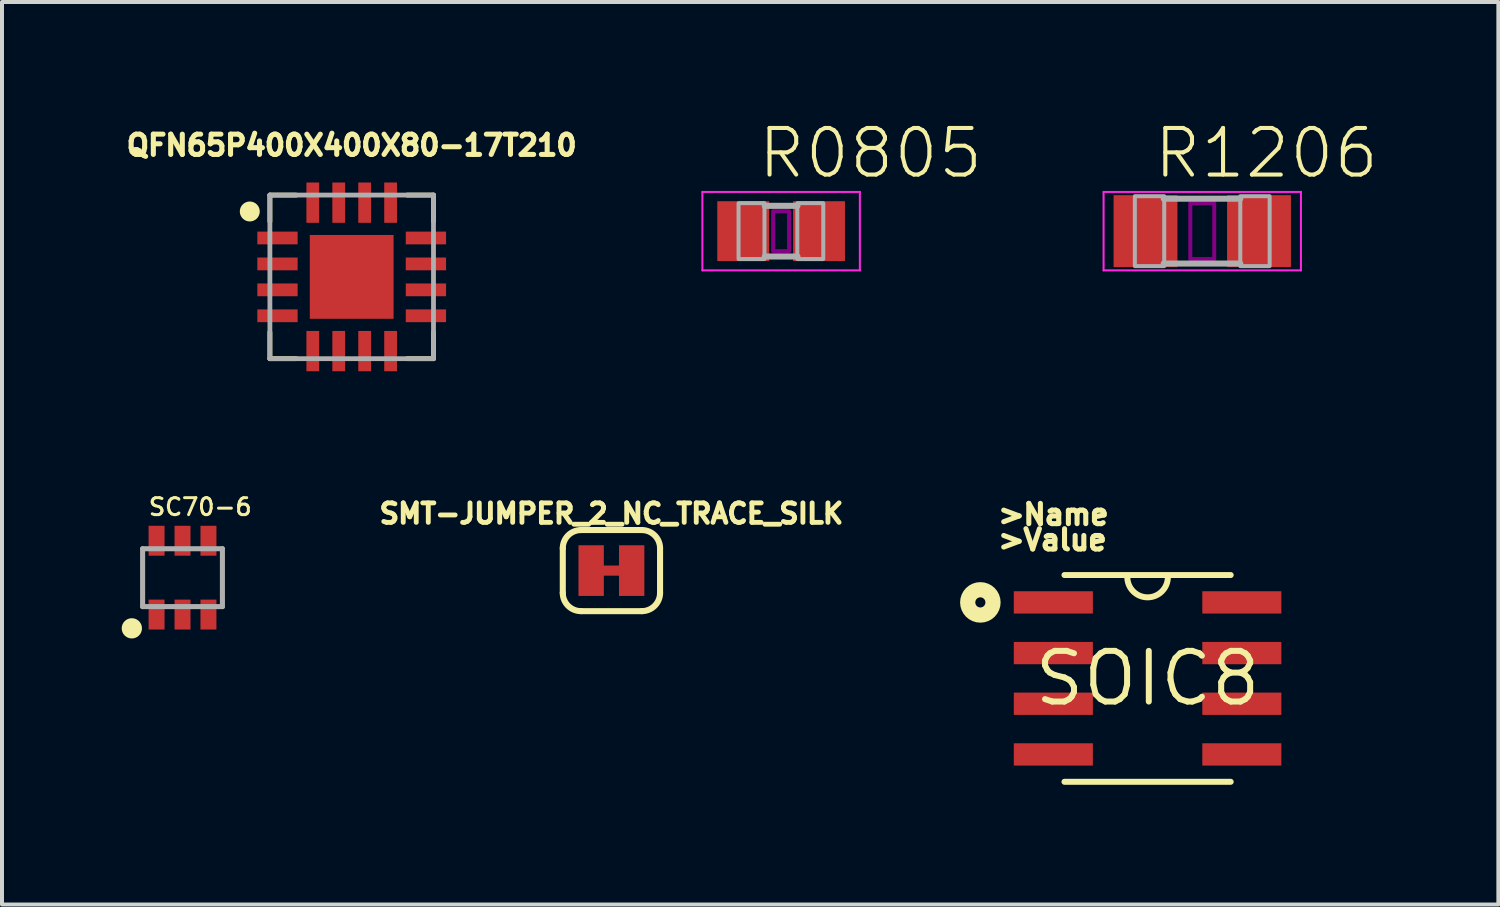
<source format=kicad_pcb>
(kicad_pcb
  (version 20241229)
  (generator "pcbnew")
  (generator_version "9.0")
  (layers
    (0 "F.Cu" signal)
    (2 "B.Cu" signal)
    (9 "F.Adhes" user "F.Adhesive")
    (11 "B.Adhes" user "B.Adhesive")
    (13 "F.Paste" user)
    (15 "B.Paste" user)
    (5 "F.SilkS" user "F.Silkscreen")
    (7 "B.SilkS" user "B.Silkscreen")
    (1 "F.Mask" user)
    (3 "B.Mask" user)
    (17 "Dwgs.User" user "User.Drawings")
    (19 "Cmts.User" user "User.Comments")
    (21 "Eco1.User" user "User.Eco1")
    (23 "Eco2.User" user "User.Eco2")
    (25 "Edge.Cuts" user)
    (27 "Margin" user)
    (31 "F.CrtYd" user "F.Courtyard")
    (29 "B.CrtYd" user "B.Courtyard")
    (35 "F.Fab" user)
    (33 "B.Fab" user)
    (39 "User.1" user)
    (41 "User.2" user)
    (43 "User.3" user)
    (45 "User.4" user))
  (footprint "R1206"
    (layer "F.Cu")
    (at 27.08 2.743)
    (property "Reference" "R1206" (at -1.27 -1.27 0) (layer "F.SilkS") (effects (font (size 1.168 1.168) (thickness 0.102)) (justify left bottom)))
    (fp_poly (pts (xy -0.3 0.7) (xy 0.3 0.7) (xy 0.3 -0.7) (xy -0.3 -0.7)) (stroke (width 0.1) (type solid)) (fill no) (layer "F.Adhes"))
    (fp_line (start -2.473 -0.983) (end 2.473 -0.983) (stroke (width 0.051) (type solid)) (layer "F.CrtYd"))
    (fp_line (start -2.473 0.983) (end -2.473 -0.983) (stroke (width 0.051) (type solid)) (layer "F.CrtYd"))
    (fp_line (start 2.473 -0.983) (end 2.473 0.983) (stroke (width 0.051) (type solid)) (layer "F.CrtYd"))
    (fp_line (start 2.473 0.983) (end -2.473 0.983) (stroke (width 0.051) (type solid)) (layer "F.CrtYd"))
    (fp_line (start 0.953 -0.813) (end -0.965 -0.813) (stroke (width 0.152) (type solid)) (layer "F.Fab"))
    (fp_line (start 0.953 0.813) (end -0.965 0.813) (stroke (width 0.152) (type solid)) (layer "F.Fab"))
    (fp_poly (pts (xy -1.689 0.876) (xy -0.953 0.876) (xy -0.953 -0.876) (xy -1.689 -0.876)) (stroke (width 0.1) (type solid)) (fill no) (layer "F.Fab"))
    (fp_poly (pts (xy 0.953 0.876) (xy 1.689 0.876) (xy 1.689 -0.876) (xy 0.953 -0.876)) (stroke (width 0.1) (type solid)) (fill no) (layer "F.Fab"))
    (pad "1" smd rect (at -1.422 0) (size 1.6 1.803) (layers "F.Cu" "F.Mask" "F.Paste"))
    (pad "2" smd rect (at 1.422 0) (size 1.6 1.803) (layers "F.Cu" "F.Mask" "F.Paste")))
  (footprint "SMT-JUMPER_2_NC_TRACE_SILK"
    (layer "F.Cu")
    (at 12.273 11.25)
    (property "Reference" "SMT-JUMPER_2_NC_TRACE_SILK" (at 0 -1.143 0) (layer "F.SilkS") (effects (font (size 0.488 0.488) (thickness 0.122)) (justify bottom)))
    (fp_line (start -0.508 0) (end 0.508 0) (stroke (width 0.254) (type solid)) (layer "F.Cu"))
    (fp_poly (pts (xy 0.254 0.191) (xy -0.254 0.191) (xy -0.254 -0.191) (xy 0.254 -0.191)) (stroke (width 0.1) (type solid)) (fill no) (layer "F.Mask"))
    (fp_line (start -1.219 0.559) (end -1.219 -0.559) (stroke (width 0.152) (type solid)) (layer "F.SilkS"))
    (fp_line (start -0.762 -1.016) (end 0.762 -1.016) (stroke (width 0.152) (type solid)) (layer "F.SilkS"))
    (fp_line (start 0.762 1.016) (end -0.762 1.016) (stroke (width 0.152) (type solid)) (layer "F.SilkS"))
    (fp_line (start 1.219 0.559) (end 1.219 -0.559) (stroke (width 0.152) (type solid)) (layer "F.SilkS"))
    (fp_arc (start -1.2192 -0.5588) (mid -1.085289 -0.882089) (end -0.762 -1.016) (stroke (width 0.1524) (type solid)) (layer "F.SilkS"))
    (fp_arc (start -0.762 1.016) (mid -1.085289 0.882089) (end -1.2192 0.5588) (stroke (width 0.1524) (type solid)) (layer "F.SilkS"))
    (fp_arc (start 0.762 -1.016) (mid 1.085289 -0.882089) (end 1.2192 -0.5588) (stroke (width 0.1524) (type solid)) (layer "F.SilkS"))
    (fp_arc (start 1.2192 0.5588) (mid 1.085289 0.882089) (end 0.762 1.016) (stroke (width 0.1524) (type solid)) (layer "F.SilkS"))
    (pad "1" smd rect (at -0.508 0) (size 0.635 1.27) (layers "F.Cu" "F.Mask"))
    (pad "2" smd rect (at 0.508 0) (size 0.635 1.27) (layers "F.Cu" "F.Mask")))
  (footprint "QFN65P400X400X80-17T210"
    (layer "F.Cu")
    (at 5.764 3.889)
    (property "Reference" "QFN65P400X400X80-17T210" (at 0 -3 0) (layer "F.SilkS") (effects (font (size 0.508 0.508) (thickness 0.127)) (justify bottom)))
    (fp_line (start -2.05 -2.05) (end -1.389 -2.05) (stroke (width 0.12) (type solid)) (layer "F.SilkS"))
    (fp_line (start -2.05 -1.389) (end -2.05 -2.05) (stroke (width 0.12) (type solid)) (layer "F.SilkS"))
    (fp_line (start -2.05 1.389) (end -2.05 2.05) (stroke (width 0.12) (type solid)) (layer "F.SilkS"))
    (fp_line (start -2.05 2.05) (end -1.389 2.05) (stroke (width 0.12) (type solid)) (layer "F.SilkS"))
    (fp_line (start 2.05 -2.05) (end 1.389 -2.05) (stroke (width 0.12) (type solid)) (layer "F.SilkS"))
    (fp_line (start 2.05 -1.389) (end 2.05 -2.05) (stroke (width 0.12) (type solid)) (layer "F.SilkS"))
    (fp_line (start 2.05 1.389) (end 2.05 2.05) (stroke (width 0.12) (type solid)) (layer "F.SilkS"))
    (fp_line (start 2.05 2.05) (end 1.389 2.05) (stroke (width 0.12) (type solid)) (layer "F.SilkS"))
    (fp_circle (center -2.554 -1.639) (end -2.429 -1.639) (stroke (width 0.25) (type solid)) (fill no) (layer "F.SilkS"))
    (fp_poly (pts (xy -0.9 -0.2) (xy -0.2 -0.2) (xy -0.2 -0.9) (xy -0.9 -0.9)) (stroke (width 0.1) (type solid)) (fill no) (layer "F.Paste"))
    (fp_poly (pts (xy -0.9 0.9) (xy -0.2 0.9) (xy -0.2 0.2) (xy -0.9 0.2)) (stroke (width 0.1) (type solid)) (fill no) (layer "F.Paste"))
    (fp_poly (pts (xy 0.2 -0.2) (xy 0.9 -0.2) (xy 0.9 -0.9) (xy 0.2 -0.9)) (stroke (width 0.1) (type solid)) (fill no) (layer "F.Paste"))
    (fp_poly (pts (xy 0.2 0.9) (xy 0.9 0.9) (xy 0.9 0.2) (xy 0.2 0.2)) (stroke (width 0.1) (type solid)) (fill no) (layer "F.Paste"))
    (fp_line (start -2.05 -2.05) (end 2.05 -2.05) (stroke (width 0.12) (type solid)) (layer "F.Fab"))
    (fp_line (start -2.05 2.05) (end -2.05 -2.05) (stroke (width 0.12) (type solid)) (layer "F.Fab"))
    (fp_line (start 2.05 -2.05) (end 2.05 2.05) (stroke (width 0.12) (type solid)) (layer "F.Fab"))
    (fp_line (start 2.05 2.05) (end -2.05 2.05) (stroke (width 0.12) (type solid)) (layer "F.Fab"))
    (pad "1" smd rect (at -1.86 -0.975) (size 1.01 0.32) (layers "F.Cu" "F.Mask" "F.Paste"))
    (pad "2" smd rect (at -1.86 -0.325) (size 1.01 0.32) (layers "F.Cu" "F.Mask" "F.Paste"))
    (pad "3" smd rect (at -1.86 0.325) (size 1.01 0.32) (layers "F.Cu" "F.Mask" "F.Paste"))
    (pad "4" smd rect (at -1.86 0.975) (size 1.01 0.32) (layers "F.Cu" "F.Mask" "F.Paste"))
    (pad "5" smd rect (at -0.975 1.86 90) (size 1.01 0.32) (layers "F.Cu" "F.Mask" "F.Paste"))
    (pad "6" smd rect (at -0.325 1.86 90) (size 1.01 0.32) (layers "F.Cu" "F.Mask" "F.Paste"))
    (pad "7" smd rect (at 0.325 1.86 90) (size 1.01 0.32) (layers "F.Cu" "F.Mask" "F.Paste"))
    (pad "8" smd rect (at 0.975 1.86 90) (size 1.01 0.32) (layers "F.Cu" "F.Mask" "F.Paste"))
    (pad "9" smd rect (at 1.86 0.975) (size 1.01 0.32) (layers "F.Cu" "F.Mask" "F.Paste"))
    (pad "10" smd rect (at 1.86 0.325) (size 1.01 0.32) (layers "F.Cu" "F.Mask" "F.Paste"))
    (pad "11" smd rect (at 1.86 -0.325) (size 1.01 0.32) (layers "F.Cu" "F.Mask" "F.Paste"))
    (pad "12" smd rect (at 1.86 -0.975) (size 1.01 0.32) (layers "F.Cu" "F.Mask" "F.Paste"))
    (pad "13" smd rect (at 0.975 -1.86 90) (size 1.01 0.32) (layers "F.Cu" "F.Mask" "F.Paste"))
    (pad "14" smd rect (at 0.325 -1.86 90) (size 1.01 0.32) (layers "F.Cu" "F.Mask" "F.Paste"))
    (pad "15" smd rect (at -0.325 -1.86 90) (size 1.01 0.32) (layers "F.Cu" "F.Mask" "F.Paste"))
    (pad "16" smd rect (at -0.975 -1.86 90) (size 1.01 0.32) (layers "F.Cu" "F.Mask" "F.Paste"))
    (pad "EPAD" smd rect (at 0 0) (size 2.1 2.1) (layers "F.Cu" "F.Mask")))
  (footprint "R0805"
    (layer "F.Cu")
    (at 16.526 2.743)
    (property "Reference" "R0805" (at -0.635 -1.27 0) (layer "F.SilkS") (effects (font (size 1.168 1.168) (thickness 0.102)) (justify left bottom)))
    (fp_poly (pts (xy -0.2 0.5) (xy 0.2 0.5) (xy 0.2 -0.5) (xy -0.2 -0.5)) (stroke (width 0.1) (type solid)) (fill no) (layer "F.Adhes"))
    (fp_line (start -1.973 -0.983) (end 1.973 -0.983) (stroke (width 0.051) (type solid)) (layer "F.CrtYd"))
    (fp_line (start -1.973 0.983) (end -1.973 -0.983) (stroke (width 0.051) (type solid)) (layer "F.CrtYd"))
    (fp_line (start 1.973 -0.983) (end 1.973 0.983) (stroke (width 0.051) (type solid)) (layer "F.CrtYd"))
    (fp_line (start 1.973 0.983) (end -1.973 0.983) (stroke (width 0.051) (type solid)) (layer "F.CrtYd"))
    (fp_line (start -0.41 -0.635) (end 0.41 -0.635) (stroke (width 0.152) (type solid)) (layer "F.Fab"))
    (fp_line (start -0.41 0.635) (end 0.41 0.635) (stroke (width 0.152) (type solid)) (layer "F.Fab"))
    (fp_poly (pts (xy -1.067 0.699) (xy -0.417 0.699) (xy -0.417 -0.702) (xy -1.067 -0.702)) (stroke (width 0.1) (type solid)) (fill no) (layer "F.Fab"))
    (fp_poly (pts (xy 0.406 0.699) (xy 1.056 0.699) (xy 1.056 -0.702) (xy 0.406 -0.702)) (stroke (width 0.1) (type solid)) (fill no) (layer "F.Fab"))
    (pad "1" smd rect (at -0.95 0) (size 1.3 1.5) (layers "F.Cu" "F.Mask" "F.Paste"))
    (pad "2" smd rect (at 0.95 0) (size 1.3 1.5) (layers "F.Cu" "F.Mask" "F.Paste")))
  (footprint "SOIC8"
    (layer "F.Cu")
    (at 25.71 13.952)
    (property "Reference" "SOIC8" (at 0 0 0) (layer "F.SilkS") (effects (font (size 1.27 1.27) (thickness 0.15))))
    (fp_line (start -2.083 2.591) (end 2.083 2.591) (stroke (width 0.15) (type solid)) (layer "F.SilkS"))
    (fp_line (start 2.083 -2.591) (end -2.083 -2.591) (stroke (width 0.15) (type solid)) (layer "F.SilkS"))
    (fp_arc (start 0.508 -2.54) (mid 0 -2.032) (end -0.508 -2.54) (stroke (width 0.15) (type solid)) (layer "F.SilkS"))
    (fp_circle (center -4.191 -1.905) (end -4.064 -1.905) (stroke (width 0.381) (type solid)) (fill no) (layer "F.SilkS"))
    (fp_text user ">Value" (at -3.81 -3.175 0) (layer "F.SilkS") (effects (font (size 0.508 0.508) (thickness 0.127)) (justify left bottom)))
    (fp_text user ">Name" (at -3.81 -3.81 0) (layer "F.SilkS") (effects (font (size 0.508 0.508) (thickness 0.127)) (justify left bottom)))
    (pad "1" smd rect (at -2.362 -1.905) (size 1.981 0.559) (layers "F.Cu" "F.Mask" "F.Paste"))
    (pad "2" smd rect (at -2.362 -0.635) (size 1.981 0.559) (layers "F.Cu" "F.Mask" "F.Paste"))
    (pad "3" smd rect (at -2.362 0.635) (size 1.981 0.559) (layers "F.Cu" "F.Mask" "F.Paste"))
    (pad "4" smd rect (at -2.362 1.905) (size 1.981 0.559) (layers "F.Cu" "F.Mask" "F.Paste"))
    (pad "5" smd rect (at 2.362 1.905) (size 1.981 0.559) (layers "F.Cu" "F.Mask" "F.Paste"))
    (pad "6" smd rect (at 2.362 0.635) (size 1.981 0.559) (layers "F.Cu" "F.Mask" "F.Paste"))
    (pad "7" smd rect (at 2.362 -0.635) (size 1.981 0.559) (layers "F.Cu" "F.Mask" "F.Paste"))
    (pad "8" smd rect (at 2.362 -1.905) (size 1.981 0.559) (layers "F.Cu" "F.Mask" "F.Paste")))
  (footprint "SC70-6"
    (layer "F.Cu")
    (at 1.524 11.427)
    (property "Reference" "SC70-6" (at -0.889 -1.524 0) (layer "F.SilkS") (effects (font (size 0.425 0.425) (thickness 0.075)) (justify left bottom)))
    (fp_circle (center -1.27 1.27) (end -1.143 1.27) (stroke (width 0.254) (type solid)) (fill no) (layer "F.SilkS"))
    (fp_poly (pts (xy -0.85 -0.55) (xy -0.45 -0.55) (xy -0.45 -1.3) (xy -0.85 -1.3)) (stroke (width 0.1) (type solid)) (fill no) (layer "F.Paste"))
    (fp_poly (pts (xy -0.85 1.3) (xy -0.45 1.3) (xy -0.45 0.55) (xy -0.85 0.55)) (stroke (width 0.1) (type solid)) (fill no) (layer "F.Paste"))
    (fp_poly (pts (xy -0.85 1.3) (xy -0.45 1.3) (xy -0.45 0.55) (xy -0.85 0.55)) (stroke (width 0.1) (type solid)) (fill no) (layer "F.Paste"))
    (fp_poly (pts (xy -0.85 1.3) (xy -0.45 1.3) (xy -0.45 0.55) (xy -0.85 0.55)) (stroke (width 0.1) (type solid)) (fill no) (layer "F.Paste"))
    (fp_poly (pts (xy -0.201 1.3) (xy 0.199 1.3) (xy 0.199 0.55) (xy -0.201 0.55)) (stroke (width 0.1) (type solid)) (fill no) (layer "F.Paste"))
    (fp_poly (pts (xy -0.2 -0.55) (xy 0.2 -0.55) (xy 0.2 -1.3) (xy -0.2 -1.3)) (stroke (width 0.1) (type solid)) (fill no) (layer "F.Paste"))
    (fp_poly (pts (xy 0.45 -0.55) (xy 0.85 -0.55) (xy 0.85 -1.3) (xy 0.45 -1.3)) (stroke (width 0.1) (type solid)) (fill no) (layer "F.Paste"))
    (fp_poly (pts (xy 0.45 1.3) (xy 0.85 1.3) (xy 0.85 0.55) (xy 0.45 0.55)) (stroke (width 0.1) (type solid)) (fill no) (layer "F.Paste"))
    (fp_line (start -1 -0.725) (end 1 -0.725) (stroke (width 0.127) (type solid)) (layer "F.Fab"))
    (fp_line (start -1 0.725) (end -1 -0.725) (stroke (width 0.127) (type solid)) (layer "F.Fab"))
    (fp_line (start -1 0.725) (end 1 0.725) (stroke (width 0.127) (type solid)) (layer "F.Fab"))
    (fp_line (start 1 -0.725) (end 1 0.725) (stroke (width 0.127) (type solid)) (layer "F.Fab"))
    (pad "1" smd rect (at -0.65 0.925) (size 0.4 0.75) (layers "F.Cu" "F.Mask"))
    (pad "2" smd rect (at 0 0.925) (size 0.4 0.75) (layers "F.Cu" "F.Mask"))
    (pad "3" smd rect (at 0.65 0.925) (size 0.4 0.75) (layers "F.Cu" "F.Mask"))
    (pad "4" smd rect (at 0.65 -0.925) (size 0.4 0.75) (layers "F.Cu" "F.Mask"))
    (pad "5" smd rect (at 0 -0.925) (size 0.4 0.75) (layers "F.Cu" "F.Mask"))
    (pad "6" smd rect (at -0.65 -0.925) (size 0.4 0.75) (layers "F.Cu" "F.Mask")))
  (gr_rect
    (start -3 -3)
    (end 34.501 19.618)
    (stroke (width 0.1) (type default))
    (fill no)
    (layer "Edge.Cuts")))
</source>
